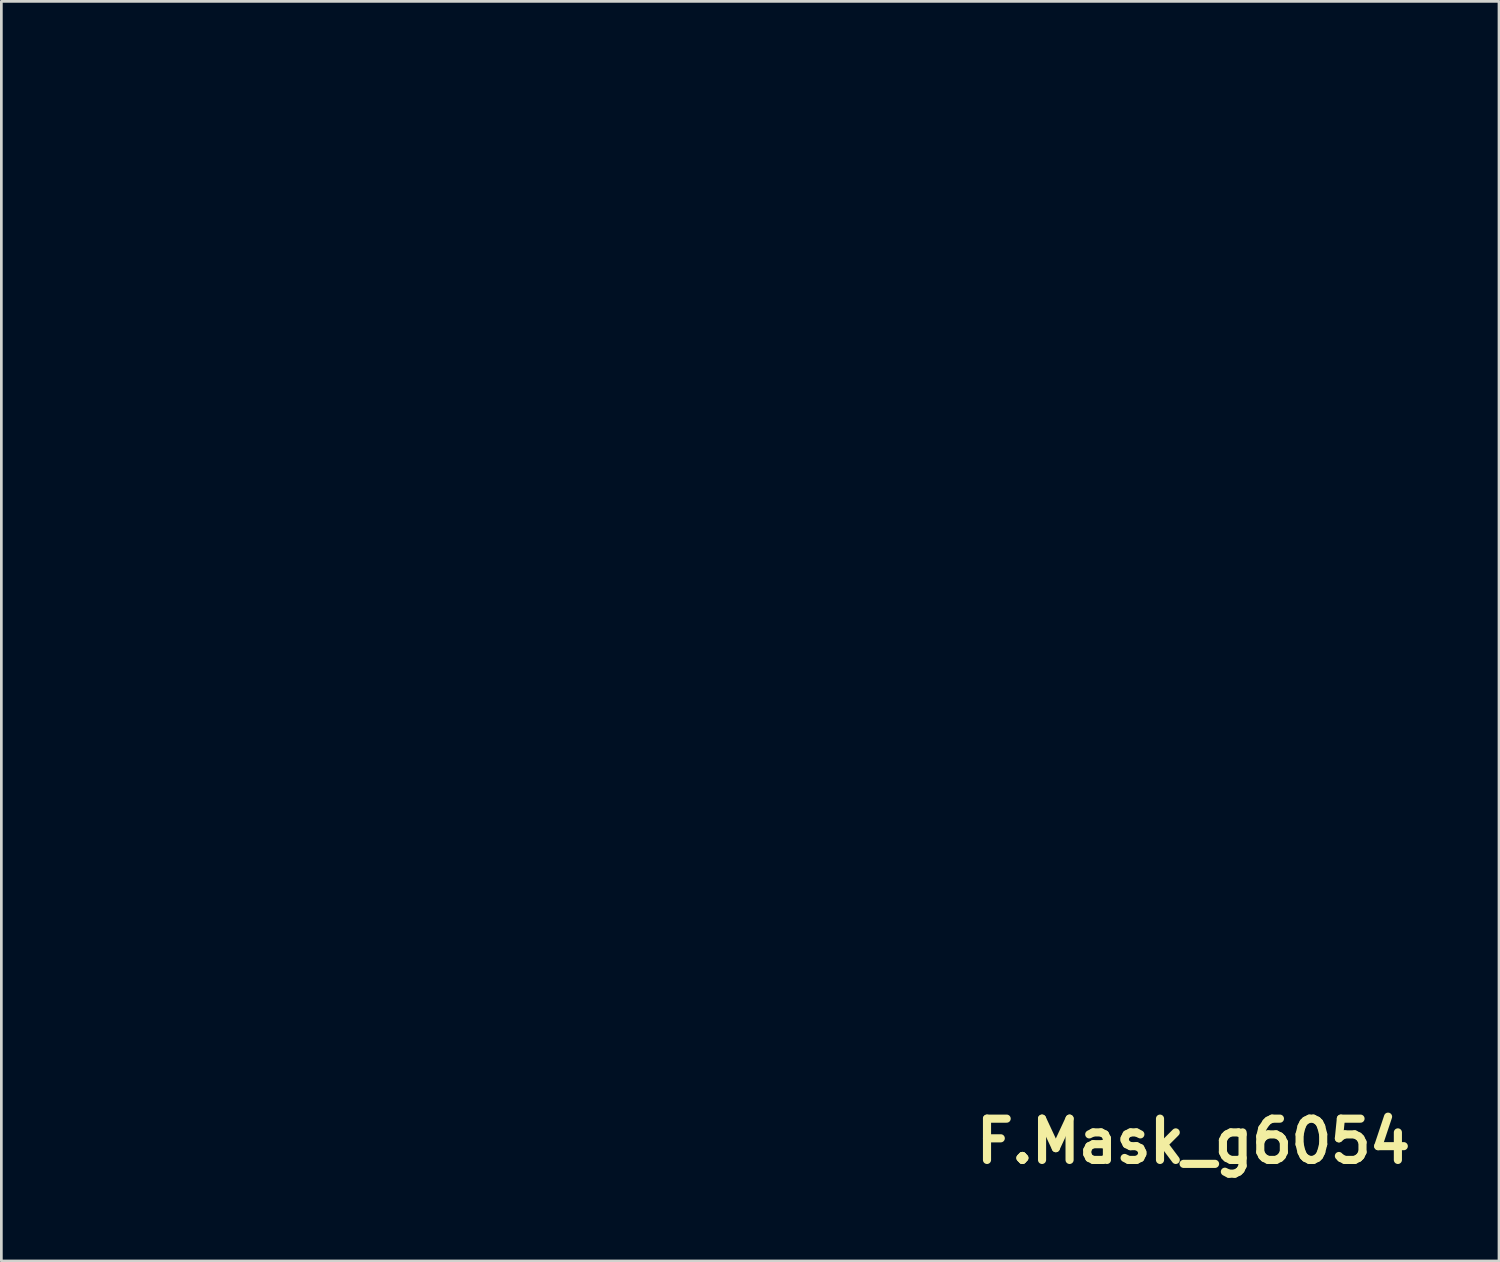
<source format=kicad_pcb>
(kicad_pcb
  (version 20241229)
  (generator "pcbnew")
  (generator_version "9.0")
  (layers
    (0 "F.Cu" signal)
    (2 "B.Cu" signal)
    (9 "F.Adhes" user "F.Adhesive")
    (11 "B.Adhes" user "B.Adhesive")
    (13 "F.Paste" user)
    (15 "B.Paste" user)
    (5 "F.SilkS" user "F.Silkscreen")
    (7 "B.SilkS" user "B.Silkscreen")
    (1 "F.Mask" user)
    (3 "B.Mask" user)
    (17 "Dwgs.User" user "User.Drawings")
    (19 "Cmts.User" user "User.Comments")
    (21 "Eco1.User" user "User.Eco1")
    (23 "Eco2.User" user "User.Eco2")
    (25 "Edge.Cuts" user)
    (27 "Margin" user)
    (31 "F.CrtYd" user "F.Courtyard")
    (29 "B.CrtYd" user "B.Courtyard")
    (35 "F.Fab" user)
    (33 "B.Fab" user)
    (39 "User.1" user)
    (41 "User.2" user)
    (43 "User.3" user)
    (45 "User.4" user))
  (footprint "F.Mask_g6054"
    (layer "F.Cu")
    (at 41.005 39.079)
    (property "Reference" "F.Mask_g6054" (at 0 0 0) (layer "F.SilkS") (effects (font (size 1.524 1.524) (thickness 0.3))))
    (attr through_hole)
    (fp_poly (pts (xy -39.709 -25.252) (xy -41 -25.252) (xy -41 -25.633) (xy -39.709 -25.633) (xy -39.709 -25.252)) (stroke (width 0.01) (type solid)) (fill yes) (layer "F.Mask"))
    (fp_poly (pts (xy -31.935 -39.073) (xy -31.803 -39.072) (xy -31.888 -39.02) (xy -31.955 -38.982) (xy -32 -38.971) (xy -32.029 -38.984) (xy -32.046 -39.009) (xy -32.062 -39.043) (xy -32.059 -39.062) (xy -32.032 -39.071) (xy -31.972 -39.073) (xy -31.935 -39.073)) (stroke (width 0.01) (type solid)) (fill yes) (layer "F.Mask"))
    (fp_poly (pts (xy -15.971 -39.073) (xy -15.935 -39.069) (xy -15.927 -39.057) (xy -15.938 -39.035) (xy -15.943 -39.027) (xy -15.974 -38.989) (xy -16.005 -38.977) (xy -16.051 -38.991) (xy -16.092 -39.012) (xy -16.141 -39.04) (xy -16.169 -39.06) (xy -16.171 -39.064) (xy -16.152 -39.069) (xy -16.102 -39.073) (xy -16.042 -39.074) (xy -15.971 -39.073)) (stroke (width 0.01) (type solid)) (fill yes) (layer "F.Mask"))
    (fp_poly (pts (xy -7.006 -25.252) (xy -7.638 -25.252) (xy -7.797 -25.252) (xy -7.943 -25.254) (xy -8.069 -25.256) (xy -8.171 -25.258) (xy -8.243 -25.261) (xy -8.28 -25.265) (xy -8.283 -25.266) (xy -8.29 -25.292) (xy -8.295 -25.35) (xy -8.297 -25.428) (xy -8.297 -25.456) (xy -8.297 -25.633) (xy -7.006 -25.633) (xy -7.006 -25.252)) (stroke (width 0.01) (type solid)) (fill yes) (layer "F.Mask"))
    (fp_poly (pts (xy -31.97 -11.907) (xy -31.918 -11.88) (xy -31.856 -11.845) (xy -31.793 -11.806) (xy -31.741 -11.771) (xy -31.711 -11.746) (xy -31.708 -11.74) (xy -31.717 -11.713) (xy -31.742 -11.661) (xy -31.776 -11.597) (xy -31.844 -11.472) (xy -32.283 -11.472) (xy -32.241 -11.541) (xy -32.211 -11.593) (xy -32.167 -11.666) (xy -32.119 -11.748) (xy -32.11 -11.763) (xy -32.067 -11.833) (xy -32.03 -11.887) (xy -32.005 -11.915) (xy -32.001 -11.917) (xy -31.97 -11.907)) (stroke (width 0.01) (type solid)) (fill yes) (layer "F.Mask"))
    (fp_poly (pts (xy -11.533 -36.582) (xy -11.836 -36.311) (xy -11.933 -36.223) (xy -12.023 -36.143) (xy -12.098 -36.076) (xy -12.153 -36.027) (xy -12.183 -36) (xy -12.183 -36) (xy -12.217 -35.975) (xy -12.24 -35.979) (xy -12.268 -36.006) (xy -12.289 -36.032) (xy -12.292 -36.053) (xy -12.274 -36.08) (xy -12.23 -36.121) (xy -12.209 -36.139) (xy -12.158 -36.185) (xy -12.083 -36.251) (xy -11.994 -36.331) (xy -11.9 -36.415) (xy -11.864 -36.447) (xy -11.618 -36.667) (xy -11.533 -36.582)) (stroke (width 0.01) (type solid)) (fill yes) (layer "F.Mask"))
    (fp_poly (pts (xy -7.397 -27.237) (xy -7.376 -27.229) (xy -7.369 -27.216) (xy -7.368 -27.197) (xy -7.37 -27.183) (xy -7.377 -27.125) (xy -7.715 -27.09) (xy -7.842 -27.077) (xy -7.963 -27.064) (xy -8.07 -27.053) (xy -8.15 -27.044) (xy -8.176 -27.041) (xy -8.297 -27.028) (xy -8.297 -27.092) (xy -8.289 -27.141) (xy -8.269 -27.157) (xy -8.24 -27.159) (xy -8.175 -27.165) (xy -8.084 -27.175) (xy -7.972 -27.187) (xy -7.861 -27.199) (xy -7.704 -27.216) (xy -7.584 -27.229) (xy -7.496 -27.237) (xy -7.435 -27.24) (xy -7.397 -27.237)) (stroke (width 0.01) (type solid)) (fill yes) (layer "F.Mask"))
    (fp_poly (pts (xy -39.703 -23.841) (xy -39.689 -23.814) (xy -39.689 -23.772) (xy -39.7 -23.737) (xy -39.714 -23.727) (xy -39.742 -23.724) (xy -39.806 -23.718) (xy -39.898 -23.708) (xy -40.013 -23.696) (xy -40.142 -23.682) (xy -40.18 -23.678) (xy -40.619 -23.631) (xy -40.619 -23.69) (xy -40.608 -23.737) (xy -40.572 -23.759) (xy -40.571 -23.759) (xy -40.527 -23.766) (xy -40.453 -23.775) (xy -40.357 -23.786) (xy -40.246 -23.798) (xy -40.128 -23.809) (xy -40.011 -23.82) (xy -39.903 -23.829) (xy -39.811 -23.837) (xy -39.743 -23.841) (xy -39.707 -23.842) (xy -39.703 -23.841)) (stroke (width 0.01) (type solid)) (fill yes) (layer "F.Mask"))
    (fp_poly (pts (xy -15.982 -11.907) (xy -15.966 -11.886) (xy -15.934 -11.838) (xy -15.893 -11.771) (xy -15.846 -11.695) (xy -15.801 -11.619) (xy -15.763 -11.552) (xy -15.736 -11.503) (xy -15.727 -11.482) (xy -15.746 -11.478) (xy -15.799 -11.475) (xy -15.877 -11.473) (xy -15.936 -11.472) (xy -16.033 -11.473) (xy -16.096 -11.476) (xy -16.135 -11.484) (xy -16.159 -11.498) (xy -16.176 -11.52) (xy -16.205 -11.569) (xy -16.241 -11.633) (xy -16.253 -11.657) (xy -16.299 -11.747) (xy -16.219 -11.797) (xy -16.118 -11.857) (xy -16.042 -11.895) (xy -15.994 -11.909) (xy -15.982 -11.907)) (stroke (width 0.01) (type solid)) (fill yes) (layer "F.Mask"))
    (fp_poly (pts (xy -40.454 -27.234) (xy -40.353 -27.224) (xy -40.217 -27.209) (xy -40.123 -27.199) (xy -40 -27.185) (xy -39.89 -27.174) (xy -39.8 -27.164) (xy -39.739 -27.159) (xy -39.714 -27.157) (xy -39.693 -27.139) (xy -39.691 -27.099) (xy -39.695 -27.075) (xy -39.704 -27.057) (xy -39.723 -27.046) (xy -39.757 -27.04) (xy -39.812 -27.04) (xy -39.891 -27.046) (xy -40 -27.057) (xy -40.145 -27.073) (xy -40.206 -27.079) (xy -40.608 -27.125) (xy -40.615 -27.183) (xy -40.617 -27.206) (xy -40.614 -27.222) (xy -40.601 -27.233) (xy -40.573 -27.239) (xy -40.526 -27.239) (xy -40.454 -27.234)) (stroke (width 0.01) (type solid)) (fill yes) (layer "F.Mask"))
    (fp_poly (pts (xy -9.514 -19.045) (xy -9.453 -19.026) (xy -9.367 -18.992) (xy -9.251 -18.943) (xy -9.131 -18.891) (xy -9.007 -18.836) (xy -8.897 -18.788) (xy -8.807 -18.748) (xy -8.742 -18.718) (xy -8.707 -18.702) (xy -8.703 -18.7) (xy -8.707 -18.679) (xy -8.724 -18.64) (xy -8.753 -18.586) (xy -9.123 -18.751) (xy -9.269 -18.816) (xy -9.381 -18.866) (xy -9.463 -18.904) (xy -9.52 -18.932) (xy -9.557 -18.953) (xy -9.577 -18.968) (xy -9.586 -18.98) (xy -9.588 -18.992) (xy -9.588 -18.993) (xy -9.585 -19.023) (xy -9.575 -19.042) (xy -9.553 -19.05) (xy -9.514 -19.045)) (stroke (width 0.01) (type solid)) (fill yes) (layer "F.Mask"))
    (fp_poly (pts (xy -7.671 -28.949) (xy -7.651 -28.937) (xy -7.643 -28.916) (xy -7.641 -28.89) (xy -7.651 -28.874) (xy -7.682 -28.857) (xy -7.742 -28.838) (xy -7.834 -28.815) (xy -7.911 -28.798) (xy -8.034 -28.772) (xy -8.161 -28.744) (xy -8.277 -28.719) (xy -8.357 -28.702) (xy -8.533 -28.663) (xy -8.556 -28.714) (xy -8.57 -28.756) (xy -8.569 -28.776) (xy -8.546 -28.784) (xy -8.488 -28.798) (xy -8.4 -28.818) (xy -8.29 -28.843) (xy -8.163 -28.87) (xy -8.116 -28.88) (xy -7.964 -28.912) (xy -7.849 -28.934) (xy -7.765 -28.948) (xy -7.707 -28.953) (xy -7.671 -28.949)) (stroke (width 0.01) (type solid)) (fill yes) (layer "F.Mask"))
    (fp_poly (pts (xy -38.439 -19.061) (xy -38.421 -19.034) (xy -38.411 -19.007) (xy -38.407 -18.994) (xy -38.407 -18.983) (xy -38.413 -18.971) (xy -38.43 -18.957) (xy -38.462 -18.938) (xy -38.514 -18.913) (xy -38.589 -18.878) (xy -38.692 -18.832) (xy -38.827 -18.772) (xy -38.942 -18.721) (xy -39.245 -18.586) (xy -39.269 -18.638) (xy -39.283 -18.68) (xy -39.282 -18.701) (xy -39.257 -18.715) (xy -39.201 -18.742) (xy -39.12 -18.779) (xy -39.023 -18.822) (xy -38.915 -18.869) (xy -38.803 -18.917) (xy -38.696 -18.962) (xy -38.598 -19.002) (xy -38.519 -19.034) (xy -38.463 -19.054) (xy -38.439 -19.061) (xy -38.439 -19.061)) (stroke (width 0.01) (type solid)) (fill yes) (layer "F.Mask"))
    (fp_poly (pts (xy -14.666 -12.68) (xy -14.624 -12.635) (xy -14.566 -12.564) (xy -14.497 -12.474) (xy -14.436 -12.39) (xy -14.341 -12.258) (xy -14.269 -12.157) (xy -14.216 -12.081) (xy -14.18 -12.026) (xy -14.158 -11.989) (xy -14.148 -11.964) (xy -14.148 -11.948) (xy -14.154 -11.936) (xy -14.161 -11.927) (xy -14.199 -11.899) (xy -14.238 -11.911) (xy -14.271 -11.947) (xy -14.395 -12.118) (xy -14.496 -12.258) (xy -14.577 -12.371) (xy -14.638 -12.459) (xy -14.683 -12.527) (xy -14.714 -12.576) (xy -14.732 -12.611) (xy -14.741 -12.634) (xy -14.741 -12.649) (xy -14.738 -12.656) (xy -14.705 -12.687) (xy -14.687 -12.695) (xy -14.666 -12.68)) (stroke (width 0.01) (type solid)) (fill yes) (layer "F.Mask"))
    (fp_poly (pts (xy -14.167 -38.962) (xy -14.166 -38.961) (xy -14.15 -38.941) (xy -14.148 -38.917) (xy -14.164 -38.882) (xy -14.2 -38.826) (xy -14.223 -38.793) (xy -14.336 -38.633) (xy -14.437 -38.492) (xy -14.523 -38.375) (xy -14.592 -38.284) (xy -14.643 -38.221) (xy -14.674 -38.189) (xy -14.68 -38.185) (xy -14.713 -38.198) (xy -14.728 -38.21) (xy -14.75 -38.242) (xy -14.753 -38.254) (xy -14.741 -38.277) (xy -14.708 -38.327) (xy -14.659 -38.398) (xy -14.598 -38.484) (xy -14.53 -38.578) (xy -14.459 -38.675) (xy -14.391 -38.768) (xy -14.329 -38.85) (xy -14.278 -38.916) (xy -14.243 -38.958) (xy -14.231 -38.971) (xy -14.2 -38.984) (xy -14.167 -38.962)) (stroke (width 0.01) (type solid)) (fill yes) (layer "F.Mask"))
    (fp_poly (pts (xy -10.489 -35.285) (xy -10.487 -35.284) (xy -10.461 -35.249) (xy -10.456 -35.231) (xy -10.473 -35.211) (xy -10.519 -35.17) (xy -10.591 -35.112) (xy -10.684 -35.04) (xy -10.792 -34.959) (xy -10.912 -34.871) (xy -11.039 -34.779) (xy -11.126 -34.718) (xy -11.17 -34.689) (xy -11.195 -34.684) (xy -11.218 -34.702) (xy -11.23 -34.715) (xy -11.245 -34.731) (xy -11.253 -34.745) (xy -11.252 -34.76) (xy -11.238 -34.781) (xy -11.208 -34.809) (xy -11.156 -34.85) (xy -11.081 -34.905) (xy -10.979 -34.979) (xy -10.863 -35.062) (xy -10.741 -35.148) (xy -10.649 -35.211) (xy -10.582 -35.254) (xy -10.536 -35.279) (xy -10.506 -35.288) (xy -10.489 -35.285)) (stroke (width 0.01) (type solid)) (fill yes) (layer "F.Mask"))
    (fp_poly (pts (xy -8.93 -20.595) (xy -8.873 -20.583) (xy -8.788 -20.56) (xy -8.673 -20.526) (xy -8.532 -20.481) (xy -8.404 -20.44) (xy -8.291 -20.403) (xy -8.198 -20.372) (xy -8.131 -20.349) (xy -8.096 -20.336) (xy -8.093 -20.334) (xy -8.086 -20.303) (xy -8.104 -20.266) (xy -8.137 -20.24) (xy -8.156 -20.237) (xy -8.19 -20.244) (xy -8.257 -20.263) (xy -8.349 -20.291) (xy -8.461 -20.327) (xy -8.584 -20.368) (xy -8.594 -20.371) (xy -8.736 -20.42) (xy -8.842 -20.459) (xy -8.917 -20.49) (xy -8.963 -20.516) (xy -8.987 -20.54) (xy -8.991 -20.563) (xy -8.98 -20.588) (xy -8.978 -20.591) (xy -8.963 -20.597) (xy -8.93 -20.595)) (stroke (width 0.01) (type solid)) (fill yes) (layer "F.Mask"))
    (fp_poly (pts (xy -8.743 -32.264) (xy -8.718 -32.231) (xy -8.702 -32.198) (xy -8.703 -32.184) (xy -8.725 -32.173) (xy -8.778 -32.148) (xy -8.856 -32.113) (xy -8.952 -32.07) (xy -9.058 -32.023) (xy -9.168 -31.975) (xy -9.274 -31.929) (xy -9.369 -31.888) (xy -9.447 -31.855) (xy -9.5 -31.833) (xy -9.518 -31.826) (xy -9.558 -31.824) (xy -9.578 -31.855) (xy -9.584 -31.898) (xy -9.579 -31.917) (xy -9.557 -31.931) (xy -9.504 -31.958) (xy -9.425 -31.995) (xy -9.329 -32.039) (xy -9.222 -32.088) (xy -9.113 -32.136) (xy -9.007 -32.183) (xy -8.912 -32.223) (xy -8.835 -32.255) (xy -8.784 -32.274) (xy -8.766 -32.279) (xy -8.743 -32.264)) (stroke (width 0.01) (type solid)) (fill yes) (layer "F.Mask"))
    (fp_poly (pts (xy -8.109 -30.631) (xy -8.088 -30.587) (xy -8.086 -30.564) (xy -8.105 -30.553) (xy -8.157 -30.533) (xy -8.235 -30.504) (xy -8.333 -30.469) (xy -8.442 -30.431) (xy -8.557 -30.393) (xy -8.669 -30.355) (xy -8.773 -30.322) (xy -8.86 -30.295) (xy -8.924 -30.276) (xy -8.957 -30.268) (xy -8.958 -30.268) (xy -8.975 -30.286) (xy -8.986 -30.313) (xy -8.99 -30.355) (xy -8.982 -30.374) (xy -8.957 -30.386) (xy -8.898 -30.408) (xy -8.815 -30.437) (xy -8.713 -30.472) (xy -8.601 -30.509) (xy -8.487 -30.547) (xy -8.378 -30.581) (xy -8.281 -30.612) (xy -8.205 -30.634) (xy -8.156 -30.647) (xy -8.143 -30.649) (xy -8.109 -30.631)) (stroke (width 0.01) (type solid)) (fill yes) (layer "F.Mask"))
    (fp_poly (pts (xy -39.442 -22.189) (xy -39.431 -22.154) (xy -39.442 -22.116) (xy -39.474 -22.09) (xy -39.481 -22.087) (xy -39.529 -22.077) (xy -39.605 -22.06) (xy -39.702 -22.039) (xy -39.812 -22.015) (xy -39.927 -21.99) (xy -40.041 -21.966) (xy -40.145 -21.944) (xy -40.232 -21.926) (xy -40.294 -21.913) (xy -40.324 -21.908) (xy -40.325 -21.908) (xy -40.34 -21.925) (xy -40.353 -21.963) (xy -40.361 -22.006) (xy -40.361 -22.024) (xy -40.338 -22.031) (xy -40.281 -22.044) (xy -40.197 -22.062) (xy -40.095 -22.084) (xy -39.981 -22.108) (xy -39.863 -22.131) (xy -39.748 -22.154) (xy -39.644 -22.174) (xy -39.559 -22.19) (xy -39.5 -22.201) (xy -39.475 -22.204) (xy -39.442 -22.189)) (stroke (width 0.01) (type solid)) (fill yes) (layer "F.Mask"))
    (fp_poly (pts (xy -39.205 -32.271) (xy -39.147 -32.248) (xy -39.065 -32.214) (xy -38.966 -32.172) (xy -38.857 -32.125) (xy -38.746 -32.077) (xy -38.64 -32.029) (xy -38.546 -31.987) (xy -38.472 -31.952) (xy -38.424 -31.928) (xy -38.41 -31.919) (xy -38.406 -31.892) (xy -38.42 -31.852) (xy -38.442 -31.82) (xy -38.455 -31.814) (xy -38.478 -31.823) (xy -38.534 -31.846) (xy -38.616 -31.882) (xy -38.719 -31.927) (xy -38.837 -31.979) (xy -38.869 -31.993) (xy -38.99 -32.047) (xy -39.097 -32.095) (xy -39.184 -32.135) (xy -39.246 -32.164) (xy -39.277 -32.18) (xy -39.279 -32.181) (xy -39.283 -32.21) (xy -39.268 -32.249) (xy -39.243 -32.276) (xy -39.233 -32.279) (xy -39.205 -32.271)) (stroke (width 0.01) (type solid)) (fill yes) (layer "F.Mask"))
    (fp_poly (pts (xy -39.013 -20.579) (xy -39.004 -20.554) (xy -39.002 -20.537) (xy -39.009 -20.522) (xy -39.028 -20.506) (xy -39.065 -20.487) (xy -39.123 -20.464) (xy -39.207 -20.434) (xy -39.322 -20.396) (xy -39.471 -20.347) (xy -39.518 -20.332) (xy -39.627 -20.297) (xy -39.722 -20.267) (xy -39.796 -20.243) (xy -39.841 -20.228) (xy -39.85 -20.225) (xy -39.876 -20.235) (xy -39.89 -20.26) (xy -39.889 -20.31) (xy -39.875 -20.331) (xy -39.847 -20.346) (xy -39.787 -20.369) (xy -39.703 -20.4) (xy -39.601 -20.435) (xy -39.49 -20.472) (xy -39.376 -20.509) (xy -39.267 -20.543) (xy -39.171 -20.572) (xy -39.095 -20.593) (xy -39.045 -20.605) (xy -39.031 -20.605) (xy -39.013 -20.579)) (stroke (width 0.01) (type solid)) (fill yes) (layer "F.Mask"))
    (fp_poly (pts (xy -36.786 -16.178) (xy -36.759 -16.154) (xy -36.749 -16.139) (xy -36.748 -16.124) (xy -36.759 -16.104) (xy -36.788 -16.076) (xy -36.837 -16.036) (xy -36.911 -15.981) (xy -37.014 -15.906) (xy -37.082 -15.857) (xy -37.191 -15.779) (xy -37.29 -15.71) (xy -37.373 -15.652) (xy -37.434 -15.611) (xy -37.468 -15.59) (xy -37.472 -15.588) (xy -37.507 -15.594) (xy -37.526 -15.616) (xy -37.535 -15.653) (xy -37.513 -15.688) (xy -37.501 -15.7) (xy -37.463 -15.731) (xy -37.401 -15.779) (xy -37.321 -15.838) (xy -37.23 -15.905) (xy -37.135 -15.974) (xy -37.041 -16.04) (xy -36.956 -16.1) (xy -36.885 -16.149) (xy -36.836 -16.181) (xy -36.814 -16.192) (xy -36.786 -16.178)) (stroke (width 0.01) (type solid)) (fill yes) (layer "F.Mask"))
    (fp_poly (pts (xy -33.279 -12.678) (xy -33.266 -12.669) (xy -33.246 -12.65) (xy -33.242 -12.63) (xy -33.257 -12.597) (xy -33.294 -12.543) (xy -33.306 -12.526) (xy -33.403 -12.391) (xy -33.496 -12.264) (xy -33.583 -12.148) (xy -33.659 -12.05) (xy -33.722 -11.972) (xy -33.767 -11.92) (xy -33.792 -11.896) (xy -33.795 -11.896) (xy -33.828 -11.91) (xy -33.844 -11.926) (xy -33.85 -11.944) (xy -33.842 -11.973) (xy -33.818 -12.019) (xy -33.774 -12.086) (xy -33.709 -12.179) (xy -33.674 -12.228) (xy -33.6 -12.33) (xy -33.529 -12.429) (xy -33.466 -12.516) (xy -33.42 -12.581) (xy -33.406 -12.599) (xy -33.361 -12.659) (xy -33.332 -12.689) (xy -33.307 -12.694) (xy -33.279 -12.678)) (stroke (width 0.01) (type solid)) (fill yes) (layer "F.Mask"))
    (fp_poly (pts (xy -11.18 -16.192) (xy -11.13 -16.161) (xy -11.057 -16.111) (xy -10.964 -16.047) (xy -10.859 -15.971) (xy -10.809 -15.935) (xy -10.686 -15.845) (xy -10.595 -15.776) (xy -10.529 -15.725) (xy -10.487 -15.689) (xy -10.464 -15.663) (xy -10.456 -15.645) (xy -10.46 -15.63) (xy -10.469 -15.619) (xy -10.501 -15.589) (xy -10.518 -15.579) (xy -10.538 -15.591) (xy -10.587 -15.624) (xy -10.66 -15.675) (xy -10.751 -15.741) (xy -10.856 -15.816) (xy -10.896 -15.845) (xy -11.017 -15.933) (xy -11.108 -16.001) (xy -11.173 -16.052) (xy -11.214 -16.089) (xy -11.236 -16.115) (xy -11.243 -16.134) (xy -11.24 -16.15) (xy -11.215 -16.187) (xy -11.201 -16.201) (xy -11.18 -16.192)) (stroke (width 0.01) (type solid)) (fill yes) (layer "F.Mask"))
    (fp_poly (pts (xy -8.477 -22.2) (xy -8.413 -22.188) (xy -8.325 -22.171) (xy -8.22 -22.15) (xy -8.106 -22.126) (xy -7.989 -22.102) (xy -7.878 -22.078) (xy -7.781 -22.056) (xy -7.705 -22.039) (xy -7.657 -22.027) (xy -7.644 -22.022) (xy -7.64 -21.996) (xy -7.653 -21.955) (xy -7.673 -21.92) (xy -7.689 -21.909) (xy -7.717 -21.914) (xy -7.779 -21.927) (xy -7.87 -21.946) (xy -7.982 -21.971) (xy -8.109 -21.999) (xy -8.137 -22.005) (xy -8.265 -22.034) (xy -8.378 -22.06) (xy -8.47 -22.081) (xy -8.535 -22.098) (xy -8.566 -22.106) (xy -8.568 -22.107) (xy -8.572 -22.136) (xy -8.553 -22.173) (xy -8.523 -22.2) (xy -8.508 -22.204) (xy -8.477 -22.2)) (stroke (width 0.01) (type solid)) (fill yes) (layer "F.Mask"))
    (fp_poly (pts (xy -39.825 -30.643) (xy -39.764 -30.626) (xy -39.679 -30.6) (xy -39.577 -30.568) (xy -39.467 -30.532) (xy -39.355 -30.495) (xy -39.249 -30.46) (xy -39.158 -30.429) (xy -39.089 -30.405) (xy -39.049 -30.39) (xy -39.049 -30.39) (xy -39.011 -30.365) (xy -39.006 -30.334) (xy -39.012 -30.316) (xy -39.032 -30.28) (xy -39.047 -30.269) (xy -39.071 -30.276) (xy -39.129 -30.293) (xy -39.215 -30.32) (xy -39.323 -30.354) (xy -39.446 -30.394) (xy -39.484 -30.406) (xy -39.61 -30.447) (xy -39.722 -30.484) (xy -39.813 -30.515) (xy -39.879 -30.537) (xy -39.911 -30.55) (xy -39.914 -30.551) (xy -39.914 -30.576) (xy -39.895 -30.613) (xy -39.869 -30.642) (xy -39.853 -30.649) (xy -39.825 -30.643)) (stroke (width 0.01) (type solid)) (fill yes) (layer "F.Mask"))
    (fp_poly (pts (xy -35.146 -37.883) (xy -35.124 -37.87) (xy -35.093 -37.845) (xy -35.05 -37.803) (xy -34.993 -37.744) (xy -34.919 -37.663) (xy -34.825 -37.559) (xy -34.709 -37.429) (xy -34.567 -37.269) (xy -34.558 -37.259) (xy -34.531 -37.221) (xy -34.535 -37.192) (xy -34.543 -37.18) (xy -34.578 -37.153) (xy -34.596 -37.148) (xy -34.618 -37.163) (xy -34.662 -37.204) (xy -34.725 -37.267) (xy -34.799 -37.346) (xy -34.854 -37.407) (xy -34.968 -37.533) (xy -35.056 -37.63) (xy -35.121 -37.704) (xy -35.167 -37.758) (xy -35.196 -37.796) (xy -35.21 -37.821) (xy -35.213 -37.837) (xy -35.208 -37.849) (xy -35.196 -37.86) (xy -35.186 -37.87) (xy -35.174 -37.88) (xy -35.162 -37.885) (xy -35.146 -37.883)) (stroke (width 0.01) (type solid)) (fill yes) (layer "F.Mask"))
    (fp_poly (pts (xy -33.766 -38.973) (xy -33.729 -38.927) (xy -33.676 -38.858) (xy -33.609 -38.769) (xy -33.533 -38.667) (xy -33.517 -38.645) (xy -33.44 -38.539) (xy -33.37 -38.443) (xy -33.311 -38.363) (xy -33.269 -38.306) (xy -33.247 -38.276) (xy -33.246 -38.274) (xy -33.241 -38.242) (xy -33.266 -38.216) (xy -33.302 -38.192) (xy -33.32 -38.185) (xy -33.336 -38.202) (xy -33.373 -38.247) (xy -33.427 -38.318) (xy -33.495 -38.407) (xy -33.571 -38.512) (xy -33.604 -38.558) (xy -33.693 -38.681) (xy -33.759 -38.774) (xy -33.804 -38.842) (xy -33.833 -38.889) (xy -33.847 -38.921) (xy -33.849 -38.941) (xy -33.842 -38.954) (xy -33.835 -38.96) (xy -33.798 -38.983) (xy -33.782 -38.989) (xy -33.766 -38.973)) (stroke (width 0.01) (type solid)) (fill yes) (layer "F.Mask"))
    (fp_poly (pts (xy -13.377 -13.722) (xy -13.336 -13.681) (xy -13.277 -13.619) (xy -13.205 -13.542) (xy -13.126 -13.456) (xy -13.045 -13.367) (xy -12.967 -13.279) (xy -12.897 -13.199) (xy -12.839 -13.133) (xy -12.8 -13.085) (xy -12.785 -13.062) (xy -12.785 -13.062) (xy -12.799 -13.036) (xy -12.822 -13.011) (xy -12.836 -13.002) (xy -12.852 -13.002) (xy -12.875 -13.014) (xy -12.908 -13.041) (xy -12.956 -13.088) (xy -13.021 -13.158) (xy -13.109 -13.254) (xy -13.169 -13.32) (xy -13.27 -13.433) (xy -13.346 -13.519) (xy -13.399 -13.582) (xy -13.433 -13.627) (xy -13.451 -13.658) (xy -13.456 -13.679) (xy -13.45 -13.694) (xy -13.446 -13.7) (xy -13.413 -13.729) (xy -13.396 -13.737) (xy -13.377 -13.722)) (stroke (width 0.01) (type solid)) (fill yes) (layer "F.Mask"))
    (fp_poly (pts (xy -12.831 -37.878) (xy -12.819 -37.868) (xy -12.793 -37.835) (xy -12.797 -37.806) (xy -12.812 -37.783) (xy -12.84 -37.747) (xy -12.89 -37.689) (xy -12.954 -37.616) (xy -13.029 -37.533) (xy -13.109 -37.445) (xy -13.188 -37.36) (xy -13.261 -37.282) (xy -13.323 -37.217) (xy -13.369 -37.17) (xy -13.394 -37.148) (xy -13.396 -37.148) (xy -13.422 -37.162) (xy -13.446 -37.185) (xy -13.455 -37.199) (xy -13.455 -37.217) (xy -13.443 -37.242) (xy -13.417 -37.28) (xy -13.373 -37.335) (xy -13.307 -37.41) (xy -13.218 -37.51) (xy -13.169 -37.564) (xy -13.067 -37.676) (xy -12.99 -37.76) (xy -12.933 -37.819) (xy -12.893 -37.857) (xy -12.865 -37.877) (xy -12.846 -37.883) (xy -12.831 -37.878)) (stroke (width 0.01) (type solid)) (fill yes) (layer "F.Mask"))
    (fp_poly (pts (xy -40.253 -28.951) (xy -40.183 -28.941) (xy -40.085 -28.923) (xy -39.953 -28.896) (xy -39.889 -28.882) (xy -39.74 -28.851) (xy -39.627 -28.827) (xy -39.545 -28.809) (xy -39.49 -28.794) (xy -39.457 -28.782) (xy -39.44 -28.771) (xy -39.434 -28.758) (xy -39.435 -28.742) (xy -39.438 -28.728) (xy -39.45 -28.685) (xy -39.465 -28.669) (xy -39.491 -28.671) (xy -39.552 -28.682) (xy -39.642 -28.7) (xy -39.753 -28.723) (xy -39.88 -28.751) (xy -39.92 -28.759) (xy -40.05 -28.788) (xy -40.165 -28.814) (xy -40.258 -28.836) (xy -40.325 -28.852) (xy -40.359 -28.861) (xy -40.361 -28.862) (xy -40.362 -28.884) (xy -40.355 -28.912) (xy -40.345 -28.933) (xy -40.329 -28.946) (xy -40.3 -28.952) (xy -40.253 -28.951)) (stroke (width 0.01) (type solid)) (fill yes) (layer "F.Mask"))
    (fp_poly (pts (xy -37.467 -35.294) (xy -37.416 -35.261) (xy -37.344 -35.212) (xy -37.258 -35.151) (xy -37.163 -35.082) (xy -37.065 -35.011) (xy -36.971 -34.941) (xy -36.886 -34.877) (xy -36.817 -34.824) (xy -36.77 -34.785) (xy -36.752 -34.767) (xy -36.751 -34.766) (xy -36.762 -34.733) (xy -36.777 -34.707) (xy -36.79 -34.694) (xy -36.808 -34.692) (xy -36.838 -34.703) (xy -36.885 -34.731) (xy -36.954 -34.779) (xy -37.044 -34.843) (xy -37.146 -34.916) (xy -37.248 -34.99) (xy -37.339 -35.057) (xy -37.408 -35.108) (xy -37.412 -35.112) (xy -37.474 -35.158) (xy -37.521 -35.194) (xy -37.545 -35.212) (xy -37.546 -35.213) (xy -37.544 -35.233) (xy -37.526 -35.267) (xy -37.503 -35.297) (xy -37.49 -35.306) (xy -37.467 -35.294)) (stroke (width 0.01) (type solid)) (fill yes) (layer "F.Mask"))
    (fp_poly (pts (xy -36.381 -36.65) (xy -36.355 -36.638) (xy -36.318 -36.612) (xy -36.265 -36.568) (xy -36.192 -36.503) (xy -36.095 -36.416) (xy -35.994 -36.324) (xy -35.889 -36.228) (xy -35.811 -36.156) (xy -35.757 -36.104) (xy -35.725 -36.067) (xy -35.709 -36.042) (xy -35.707 -36.024) (xy -35.715 -36.009) (xy -35.721 -36.002) (xy -35.752 -35.972) (xy -35.77 -35.963) (xy -35.788 -35.977) (xy -35.834 -36.015) (xy -35.901 -36.074) (xy -35.985 -36.149) (xy -36.082 -36.236) (xy -36.125 -36.275) (xy -36.237 -36.377) (xy -36.321 -36.454) (xy -36.381 -36.511) (xy -36.419 -36.552) (xy -36.439 -36.58) (xy -36.445 -36.599) (xy -36.44 -36.614) (xy -36.429 -36.626) (xy -36.414 -36.641) (xy -36.399 -36.65) (xy -36.381 -36.65)) (stroke (width 0.01) (type solid)) (fill yes) (layer "F.Mask"))
    (fp_poly (pts (xy -35.742 -14.9) (xy -35.728 -14.89) (xy -35.701 -14.862) (xy -35.701 -14.84) (xy -35.728 -14.807) (xy -35.734 -14.8) (xy -35.77 -14.764) (xy -35.828 -14.709) (xy -35.902 -14.641) (xy -35.987 -14.565) (xy -36.075 -14.486) (xy -36.163 -14.409) (xy -36.243 -14.339) (xy -36.31 -14.282) (xy -36.359 -14.242) (xy -36.383 -14.224) (xy -36.384 -14.224) (xy -36.409 -14.238) (xy -36.433 -14.261) (xy -36.442 -14.275) (xy -36.442 -14.291) (xy -36.429 -14.315) (xy -36.401 -14.349) (xy -36.353 -14.397) (xy -36.282 -14.463) (xy -36.185 -14.552) (xy -36.118 -14.613) (xy -36.005 -14.715) (xy -35.918 -14.791) (xy -35.855 -14.846) (xy -35.81 -14.881) (xy -35.779 -14.899) (xy -35.758 -14.905) (xy -35.742 -14.9)) (stroke (width 0.01) (type solid)) (fill yes) (layer "F.Mask"))
    (fp_poly (pts (xy -34.562 -13.722) (xy -34.544 -13.705) (xy -34.529 -13.675) (xy -34.544 -13.642) (xy -34.557 -13.626) (xy -34.595 -13.582) (xy -34.652 -13.519) (xy -34.721 -13.441) (xy -34.799 -13.355) (xy -34.879 -13.267) (xy -34.958 -13.181) (xy -35.029 -13.103) (xy -35.088 -13.039) (xy -35.129 -12.995) (xy -35.148 -12.976) (xy -35.149 -12.975) (xy -35.164 -12.99) (xy -35.188 -13.021) (xy -35.198 -13.035) (xy -35.205 -13.048) (xy -35.206 -13.063) (xy -35.197 -13.084) (xy -35.175 -13.115) (xy -35.138 -13.16) (xy -35.083 -13.223) (xy -35.007 -13.307) (xy -34.907 -13.418) (xy -34.853 -13.478) (xy -34.773 -13.564) (xy -34.702 -13.639) (xy -34.645 -13.695) (xy -34.607 -13.729) (xy -34.594 -13.737) (xy -34.562 -13.722)) (stroke (width 0.01) (type solid)) (fill yes) (layer "F.Mask"))
    (fp_poly (pts (xy -8.234 -23.847) (xy -8.218 -23.845) (xy -8.17 -23.839) (xy -8.088 -23.831) (xy -7.984 -23.82) (xy -7.866 -23.808) (xy -7.8 -23.802) (xy -7.654 -23.787) (xy -7.544 -23.776) (xy -7.467 -23.766) (xy -7.415 -23.756) (xy -7.385 -23.746) (xy -7.371 -23.733) (xy -7.368 -23.718) (xy -7.37 -23.701) (xy -7.379 -23.672) (xy -7.405 -23.658) (xy -7.458 -23.652) (xy -7.482 -23.651) (xy -7.541 -23.652) (xy -7.631 -23.658) (xy -7.742 -23.668) (xy -7.864 -23.68) (xy -7.916 -23.686) (xy -8.031 -23.7) (xy -8.132 -23.711) (xy -8.21 -23.72) (xy -8.259 -23.725) (xy -8.271 -23.726) (xy -8.29 -23.746) (xy -8.297 -23.792) (xy -8.294 -23.833) (xy -8.278 -23.848) (xy -8.234 -23.847)) (stroke (width 0.01) (type solid)) (fill yes) (layer "F.Mask"))
    (fp_poly (pts (xy -12.216 -14.896) (xy -12.187 -14.879) (xy -12.144 -14.846) (xy -12.083 -14.795) (xy -12 -14.721) (xy -11.89 -14.623) (xy -11.879 -14.613) (xy -11.766 -14.511) (xy -11.682 -14.434) (xy -11.622 -14.378) (xy -11.584 -14.337) (xy -11.563 -14.309) (xy -11.557 -14.289) (xy -11.562 -14.274) (xy -11.57 -14.264) (xy -11.602 -14.234) (xy -11.618 -14.224) (xy -11.637 -14.238) (xy -11.683 -14.275) (xy -11.749 -14.332) (xy -11.832 -14.405) (xy -11.925 -14.488) (xy -11.927 -14.49) (xy -12.048 -14.598) (xy -12.14 -14.68) (xy -12.207 -14.742) (xy -12.253 -14.786) (xy -12.28 -14.816) (xy -12.293 -14.837) (xy -12.293 -14.851) (xy -12.285 -14.862) (xy -12.271 -14.875) (xy -12.265 -14.88) (xy -12.251 -14.893) (xy -12.236 -14.899) (xy -12.216 -14.896)) (stroke (width 0.01) (type solid)) (fill yes) (layer "F.Mask"))
    (fp_poly (pts (xy -10.274 -17.729) (xy -10.244 -17.714) (xy -10.185 -17.682) (xy -10.101 -17.635) (xy -9.999 -17.577) (xy -9.884 -17.511) (xy -9.763 -17.441) (xy -9.641 -17.371) (xy -9.524 -17.302) (xy -9.417 -17.24) (xy -9.328 -17.187) (xy -9.26 -17.146) (xy -9.221 -17.121) (xy -9.214 -17.116) (xy -9.206 -17.094) (xy -9.217 -17.054) (xy -9.249 -16.99) (xy -9.264 -16.965) (xy -9.305 -16.897) (xy -9.34 -16.843) (xy -9.363 -16.814) (xy -9.38 -16.811) (xy -9.416 -16.823) (xy -9.474 -16.849) (xy -9.558 -16.893) (xy -9.67 -16.954) (xy -9.813 -17.036) (xy -9.887 -17.078) (xy -10.022 -17.156) (xy -10.146 -17.229) (xy -10.255 -17.292) (xy -10.344 -17.344) (xy -10.406 -17.382) (xy -10.437 -17.401) (xy -10.486 -17.435) (xy -10.395 -17.588) (xy -10.342 -17.672) (xy -10.302 -17.718) (xy -10.275 -17.729) (xy -10.274 -17.729)) (stroke (width 0.01) (type solid)) (fill yes) (layer "F.Mask"))
    (fp_poly (pts (xy -38.573 -34.057) (xy -38.52 -34.033) (xy -38.444 -33.995) (xy -38.342 -33.939) (xy -38.211 -33.865) (xy -38.076 -33.787) (xy -37.941 -33.708) (xy -37.818 -33.635) (xy -37.712 -33.571) (xy -37.627 -33.518) (xy -37.569 -33.48) (xy -37.542 -33.459) (xy -37.541 -33.458) (xy -37.542 -33.427) (xy -37.561 -33.373) (xy -37.592 -33.308) (xy -37.629 -33.242) (xy -37.665 -33.187) (xy -37.696 -33.154) (xy -37.708 -33.149) (xy -37.739 -33.16) (xy -37.788 -33.185) (xy -37.793 -33.188) (xy -37.83 -33.21) (xy -37.897 -33.249) (xy -37.988 -33.302) (xy -38.097 -33.365) (xy -38.217 -33.435) (xy -38.269 -33.465) (xy -38.392 -33.536) (xy -38.506 -33.603) (xy -38.605 -33.661) (xy -38.681 -33.707) (xy -38.73 -33.738) (xy -38.741 -33.745) (xy -38.8 -33.786) (xy -38.73 -33.915) (xy -38.689 -33.983) (xy -38.651 -34.037) (xy -38.625 -34.064) (xy -38.607 -34.067) (xy -38.573 -34.057)) (stroke (width 0.01) (type solid)) (fill yes) (layer "F.Mask"))
    (fp_poly (pts (xy -37.693 -17.716) (xy -37.657 -17.676) (xy -37.617 -17.62) (xy -37.578 -17.556) (xy -37.549 -17.496) (xy -37.534 -17.449) (xy -37.535 -17.434) (xy -37.556 -17.415) (xy -37.609 -17.378) (xy -37.686 -17.328) (xy -37.784 -17.268) (xy -37.896 -17.2) (xy -38.016 -17.129) (xy -38.139 -17.057) (xy -38.258 -16.988) (xy -38.369 -16.926) (xy -38.465 -16.874) (xy -38.54 -16.834) (xy -38.59 -16.811) (xy -38.605 -16.806) (xy -38.628 -16.823) (xy -38.665 -16.867) (xy -38.708 -16.93) (xy -38.714 -16.939) (xy -38.755 -17.006) (xy -38.785 -17.06) (xy -38.798 -17.091) (xy -38.798 -17.093) (xy -38.781 -17.107) (xy -38.732 -17.139) (xy -38.658 -17.186) (xy -38.563 -17.243) (xy -38.454 -17.309) (xy -38.335 -17.379) (xy -38.213 -17.451) (xy -38.093 -17.52) (xy -37.98 -17.585) (xy -37.88 -17.641) (xy -37.799 -17.686) (xy -37.742 -17.716) (xy -37.718 -17.727) (xy -37.693 -17.716)) (stroke (width 0.01) (type solid)) (fill yes) (layer "F.Mask"))
    (fp_poly (pts (xy -9.363 -34.062) (xy -9.331 -34.02) (xy -9.293 -33.961) (xy -9.253 -33.897) (xy -9.218 -33.838) (xy -9.195 -33.793) (xy -9.19 -33.773) (xy -9.212 -33.759) (xy -9.266 -33.727) (xy -9.345 -33.682) (xy -9.443 -33.625) (xy -9.556 -33.56) (xy -9.676 -33.491) (xy -9.8 -33.421) (xy -9.92 -33.353) (xy -10.031 -33.29) (xy -10.127 -33.236) (xy -10.203 -33.193) (xy -10.253 -33.166) (xy -10.27 -33.157) (xy -10.302 -33.16) (xy -10.339 -33.198) (xy -10.357 -33.225) (xy -10.397 -33.291) (xy -10.434 -33.358) (xy -10.463 -33.414) (xy -10.477 -33.448) (xy -10.477 -33.451) (xy -10.46 -33.463) (xy -10.412 -33.494) (xy -10.338 -33.538) (xy -10.244 -33.594) (xy -10.137 -33.658) (xy -10.021 -33.726) (xy -9.903 -33.796) (xy -9.787 -33.863) (xy -9.68 -33.925) (xy -9.588 -33.977) (xy -9.515 -34.018) (xy -9.469 -34.043) (xy -9.468 -34.044) (xy -9.417 -34.067) (xy -9.383 -34.078) (xy -9.38 -34.078) (xy -9.363 -34.062)) (stroke (width 0.01) (type solid)) (fill yes) (layer "F.Mask")))
  (gr_rect
    (start -3 -3)
    (end 52.285 43.497)
    (stroke (width 0.1) (type default))
    (fill no)
    (layer "Edge.Cuts")))
</source>
